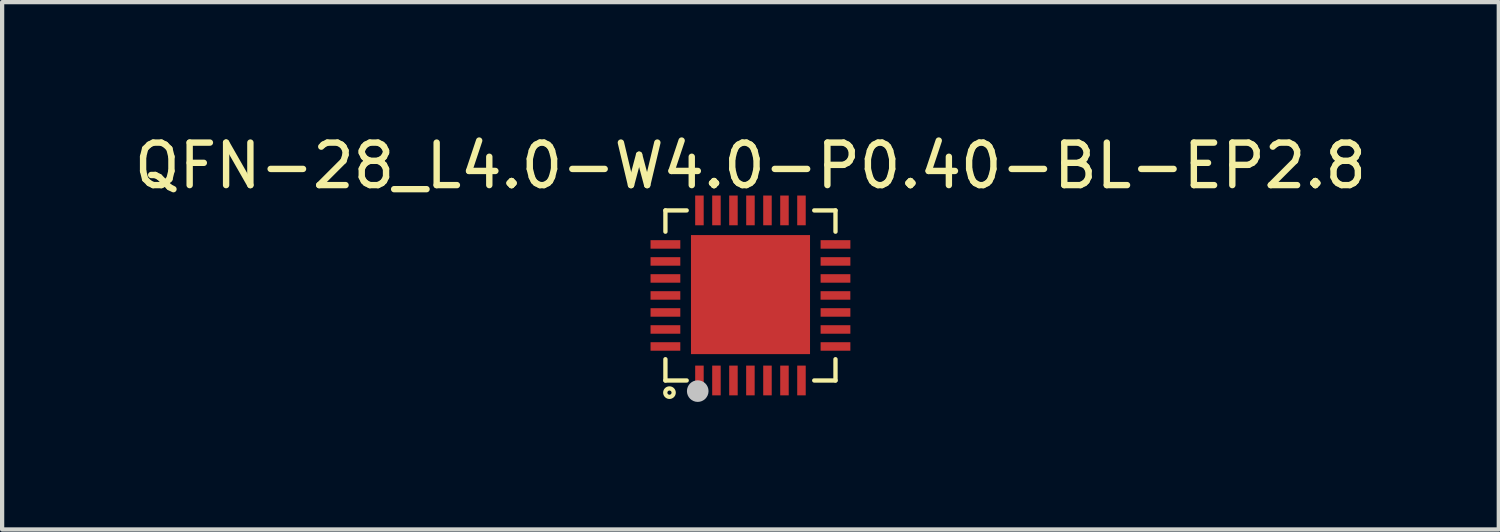
<source format=kicad_pcb>
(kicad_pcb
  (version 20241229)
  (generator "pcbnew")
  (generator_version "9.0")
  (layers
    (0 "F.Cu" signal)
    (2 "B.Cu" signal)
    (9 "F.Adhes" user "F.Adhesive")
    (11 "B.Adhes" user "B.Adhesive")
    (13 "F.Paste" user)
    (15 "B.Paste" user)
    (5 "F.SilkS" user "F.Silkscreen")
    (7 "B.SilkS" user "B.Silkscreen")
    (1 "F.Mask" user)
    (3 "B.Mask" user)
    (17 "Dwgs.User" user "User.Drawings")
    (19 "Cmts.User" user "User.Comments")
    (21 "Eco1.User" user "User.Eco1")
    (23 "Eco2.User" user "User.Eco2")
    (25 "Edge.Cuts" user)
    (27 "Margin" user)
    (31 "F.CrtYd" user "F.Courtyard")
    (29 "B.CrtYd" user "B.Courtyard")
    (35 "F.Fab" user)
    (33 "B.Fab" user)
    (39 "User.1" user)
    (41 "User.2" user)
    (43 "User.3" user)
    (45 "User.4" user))
  (footprint "QFN-28_L4.0-W4.0-P0.40-BL-EP2.8"
    (layer "F.Cu")
    (at 14.601 3.899)
    (property "Reference" "QFN-28_L4.0-W4.0-P0.40-BL-EP2.8" (at 0.00025 -3.05 0) (unlocked yes) (layer "F.SilkS") (effects (font (size 1 1) (thickness 0.15))))
    (fp_line (start -2 -2) (end -1.5 -2) (stroke (width 0.102) (type default)) (layer "F.SilkS"))
    (fp_line (start -2 -1.5) (end -2 -2) (stroke (width 0.102) (type default)) (layer "F.SilkS"))
    (fp_line (start -2 2) (end -2 1.5) (stroke (width 0.102) (type default)) (layer "F.SilkS"))
    (fp_line (start -1.5 2) (end -2 2) (stroke (width 0.102) (type default)) (layer "F.SilkS"))
    (fp_line (start 1.5 -2) (end 2 -2) (stroke (width 0.102) (type default)) (layer "F.SilkS"))
    (fp_line (start 2 -2) (end 2 -1.5) (stroke (width 0.102) (type default)) (layer "F.SilkS"))
    (fp_line (start 2 1.5) (end 2 2) (stroke (width 0.102) (type default)) (layer "F.SilkS"))
    (fp_line (start 2 2) (end 1.5 2) (stroke (width 0.102) (type default)) (layer "F.SilkS"))
    (fp_circle (center -1.905 2.286) (end -1.806 2.286) (stroke (width 0.1) (type default)) (fill no) (layer "F.SilkS"))
    (fp_poly (pts (xy -1.65 -1.1) (xy -1.65 -1.3) (xy -2.35 -1.3) (xy -2.35 -1.1)) (stroke (width 0) (type default)) (fill yes) (layer "F.Paste"))
    (fp_poly (pts (xy -1.65 -0.7) (xy -1.65 -0.9) (xy -2.35 -0.9) (xy -2.35 -0.7)) (stroke (width 0) (type default)) (fill yes) (layer "F.Paste"))
    (fp_poly (pts (xy -1.65 -0.3) (xy -1.65 -0.5) (xy -2.35 -0.5) (xy -2.35 -0.3)) (stroke (width 0) (type default)) (fill yes) (layer "F.Paste"))
    (fp_poly (pts (xy -1.65 0.5) (xy -1.65 0.3) (xy -2.35 0.3) (xy -2.35 0.5)) (stroke (width 0) (type default)) (fill yes) (layer "F.Paste"))
    (fp_poly (pts (xy -1.65 0.9) (xy -1.65 0.7) (xy -2.35 0.7) (xy -2.35 0.9)) (stroke (width 0) (type default)) (fill yes) (layer "F.Paste"))
    (fp_poly (pts (xy -1.65 1.3) (xy -1.65 1.1) (xy -2.35 1.1) (xy -2.35 1.3)) (stroke (width 0) (type default)) (fill yes) (layer "F.Paste"))
    (fp_poly (pts (xy -1.649 0.1) (xy -1.649 -0.1) (xy -2.349 -0.1) (xy -2.349 0.1)) (stroke (width 0) (type default)) (fill yes) (layer "F.Paste"))
    (fp_poly (pts (xy -1.119 -1.14) (xy 1.12 -1.14) (xy 1.12 1.1) (xy -1.119 1.1)) (stroke (width 0) (type default)) (fill yes) (layer "F.Paste"))
    (fp_poly (pts (xy -1.1 -2.35) (xy -1.3 -2.35) (xy -1.3 -1.65) (xy -1.1 -1.65)) (stroke (width 0) (type default)) (fill yes) (layer "F.Paste"))
    (fp_poly (pts (xy -1.1 1.65) (xy -1.3 1.65) (xy -1.3 2.35) (xy -1.1 2.35)) (stroke (width 0) (type default)) (fill yes) (layer "F.Paste"))
    (fp_poly (pts (xy -0.7 -2.35) (xy -0.9 -2.35) (xy -0.9 -1.65) (xy -0.7 -1.65)) (stroke (width 0) (type default)) (fill yes) (layer "F.Paste"))
    (fp_poly (pts (xy -0.7 1.65) (xy -0.9 1.65) (xy -0.9 2.35) (xy -0.7 2.35)) (stroke (width 0) (type default)) (fill yes) (layer "F.Paste"))
    (fp_poly (pts (xy -0.3 1.65) (xy -0.499 1.65) (xy -0.499 2.35) (xy -0.3 2.35)) (stroke (width 0) (type default)) (fill yes) (layer "F.Paste"))
    (fp_poly (pts (xy -0.299 -2.35) (xy -0.499 -2.35) (xy -0.499 -1.65) (xy -0.299 -1.65)) (stroke (width 0) (type default)) (fill yes) (layer "F.Paste"))
    (fp_poly (pts (xy 0.1 -2.35) (xy -0.1 -2.35) (xy -0.1 -1.651) (xy 0.1 -1.651)) (stroke (width 0) (type default)) (fill yes) (layer "F.Paste"))
    (fp_poly (pts (xy 0.1 1.649) (xy -0.1 1.649) (xy -0.1 2.349) (xy 0.1 2.349)) (stroke (width 0) (type default)) (fill yes) (layer "F.Paste"))
    (fp_poly (pts (xy 0.5 -2.35) (xy 0.3 -2.35) (xy 0.3 -1.65) (xy 0.5 -1.65)) (stroke (width 0) (type default)) (fill yes) (layer "F.Paste"))
    (fp_poly (pts (xy 0.5 1.65) (xy 0.3 1.65) (xy 0.3 2.35) (xy 0.5 2.35)) (stroke (width 0) (type default)) (fill yes) (layer "F.Paste"))
    (fp_poly (pts (xy 0.9 -2.35) (xy 0.7 -2.35) (xy 0.7 -1.65) (xy 0.9 -1.65)) (stroke (width 0) (type default)) (fill yes) (layer "F.Paste"))
    (fp_poly (pts (xy 0.9 1.65) (xy 0.7 1.65) (xy 0.7 2.35) (xy 0.9 2.35)) (stroke (width 0) (type default)) (fill yes) (layer "F.Paste"))
    (fp_poly (pts (xy 1.3 -2.35) (xy 1.1 -2.35) (xy 1.1 -1.65) (xy 1.3 -1.65)) (stroke (width 0) (type default)) (fill yes) (layer "F.Paste"))
    (fp_poly (pts (xy 1.3 1.65) (xy 1.1 1.65) (xy 1.1 2.35) (xy 1.3 2.35)) (stroke (width 0) (type default)) (fill yes) (layer "F.Paste"))
    (fp_poly (pts (xy 2.35 -1.1) (xy 2.35 -1.3) (xy 1.65 -1.3) (xy 1.65 -1.1)) (stroke (width 0) (type default)) (fill yes) (layer "F.Paste"))
    (fp_poly (pts (xy 2.35 -0.7) (xy 2.35 -0.9) (xy 1.65 -0.9) (xy 1.65 -0.7)) (stroke (width 0) (type default)) (fill yes) (layer "F.Paste"))
    (fp_poly (pts (xy 2.35 -0.3) (xy 2.35 -0.5) (xy 1.65 -0.5) (xy 1.65 -0.3)) (stroke (width 0) (type default)) (fill yes) (layer "F.Paste"))
    (fp_poly (pts (xy 2.35 0.5) (xy 2.35 0.3) (xy 1.65 0.3) (xy 1.65 0.5)) (stroke (width 0) (type default)) (fill yes) (layer "F.Paste"))
    (fp_poly (pts (xy 2.35 0.9) (xy 2.35 0.7) (xy 1.65 0.7) (xy 1.65 0.9)) (stroke (width 0) (type default)) (fill yes) (layer "F.Paste"))
    (fp_poly (pts (xy 2.35 1.3) (xy 2.35 1.1) (xy 1.65 1.1) (xy 1.65 1.3)) (stroke (width 0) (type default)) (fill yes) (layer "F.Paste"))
    (fp_poly (pts (xy 2.35 0.1) (xy 2.35 -0.1) (xy 1.651 -0.1) (xy 1.651 0.1)) (stroke (width 0) (type default)) (fill yes) (layer "F.Paste"))
    (fp_circle (center -1.24 2.25) (end -1.113 2.25) (stroke (width 0.254) (type default)) (fill no) (layer "Dwgs.User"))
    (fp_poly (pts (xy -1.65 -1.3) (xy -1.65 -1.1) (xy -2 -1.1) (xy -2 -1.3)) (stroke (width 0.1) (type default)) (fill no) (layer "User.1"))
    (fp_poly (pts (xy -1.65 -0.9) (xy -1.65 -0.7) (xy -2 -0.7) (xy -2 -0.9)) (stroke (width 0.1) (type default)) (fill no) (layer "User.1"))
    (fp_poly (pts (xy -1.65 -0.5) (xy -1.65 -0.3) (xy -2 -0.3) (xy -2 -0.5)) (stroke (width 0.1) (type default)) (fill no) (layer "User.1"))
    (fp_poly (pts (xy -1.65 -0.1) (xy -1.65 0.1) (xy -2 0.1) (xy -2 -0.1)) (stroke (width 0.1) (type default)) (fill no) (layer "User.1"))
    (fp_poly (pts (xy -1.65 0.3) (xy -1.65 0.5) (xy -2 0.5) (xy -2 0.3)) (stroke (width 0.1) (type default)) (fill no) (layer "User.1"))
    (fp_poly (pts (xy -1.65 0.7) (xy -1.65 0.9) (xy -2 0.9) (xy -2 0.7)) (stroke (width 0.1) (type default)) (fill no) (layer "User.1"))
    (fp_poly (pts (xy -1.65 1.1) (xy -1.65 1.3) (xy -2 1.3) (xy -2 1.1)) (stroke (width 0.1) (type default)) (fill no) (layer "User.1"))
    (fp_poly (pts (xy -1.399 -1.42) (xy 1.401 -1.42) (xy 1.401 1.38) (xy -1.399 1.38)) (stroke (width 0.1) (type default)) (fill no) (layer "User.1"))
    (fp_poly (pts (xy -1.3 -2) (xy -1.1 -2) (xy -1.1 -1.65) (xy -1.3 -1.65)) (stroke (width 0.1) (type default)) (fill no) (layer "User.1"))
    (fp_poly (pts (xy -1.1 2) (xy -1.3 2) (xy -1.3 1.65) (xy -1.1 1.65)) (stroke (width 0.1) (type default)) (fill no) (layer "User.1"))
    (fp_poly (pts (xy -0.9 -2) (xy -0.7 -2) (xy -0.7 -1.65) (xy -0.9 -1.65)) (stroke (width 0.1) (type default)) (fill no) (layer "User.1"))
    (fp_poly (pts (xy -0.7 2) (xy -0.9 2) (xy -0.9 1.65) (xy -0.7 1.65)) (stroke (width 0.1) (type default)) (fill no) (layer "User.1"))
    (fp_poly (pts (xy -0.5 -2) (xy -0.3 -2) (xy -0.3 -1.65) (xy -0.5 -1.65)) (stroke (width 0.1) (type default)) (fill no) (layer "User.1"))
    (fp_poly (pts (xy -0.3 2) (xy -0.5 2) (xy -0.5 1.65) (xy -0.3 1.65)) (stroke (width 0.1) (type default)) (fill no) (layer "User.1"))
    (fp_poly (pts (xy -0.1 -2) (xy 0.1 -2) (xy 0.1 -1.65) (xy -0.1 -1.65)) (stroke (width 0.1) (type default)) (fill no) (layer "User.1"))
    (fp_poly (pts (xy 0.099 2) (xy -0.101 2) (xy -0.101 1.65) (xy 0.099 1.65)) (stroke (width 0.1) (type default)) (fill no) (layer "User.1"))
    (fp_poly (pts (xy 0.3 -2) (xy 0.5 -2) (xy 0.5 -1.65) (xy 0.3 -1.65)) (stroke (width 0.1) (type default)) (fill no) (layer "User.1"))
    (fp_poly (pts (xy 0.5 2) (xy 0.3 2) (xy 0.3 1.65) (xy 0.5 1.65)) (stroke (width 0.1) (type default)) (fill no) (layer "User.1"))
    (fp_poly (pts (xy 0.7 -2) (xy 0.9 -2) (xy 0.9 -1.65) (xy 0.7 -1.65)) (stroke (width 0.1) (type default)) (fill no) (layer "User.1"))
    (fp_poly (pts (xy 0.9 2) (xy 0.7 2) (xy 0.7 1.65) (xy 0.9 1.65)) (stroke (width 0.1) (type default)) (fill no) (layer "User.1"))
    (fp_poly (pts (xy 1.1 -2) (xy 1.3 -2) (xy 1.3 -1.65) (xy 1.1 -1.65)) (stroke (width 0.1) (type default)) (fill no) (layer "User.1"))
    (fp_poly (pts (xy 1.3 2) (xy 1.1 2) (xy 1.1 1.65) (xy 1.3 1.65)) (stroke (width 0.1) (type default)) (fill no) (layer "User.1"))
    (fp_poly (pts (xy 1.65 -1.1) (xy 1.65 -1.3) (xy 2 -1.3) (xy 2 -1.1)) (stroke (width 0.1) (type default)) (fill no) (layer "User.1"))
    (fp_poly (pts (xy 1.65 -0.7) (xy 1.65 -0.9) (xy 2 -0.9) (xy 2 -0.7)) (stroke (width 0.1) (type default)) (fill no) (layer "User.1"))
    (fp_poly (pts (xy 1.65 -0.3) (xy 1.65 -0.5) (xy 2 -0.5) (xy 2 -0.3)) (stroke (width 0.1) (type default)) (fill no) (layer "User.1"))
    (fp_poly (pts (xy 1.65 0.1) (xy 1.65 -0.1) (xy 2 -0.1) (xy 2 0.1)) (stroke (width 0.1) (type default)) (fill no) (layer "User.1"))
    (fp_poly (pts (xy 1.65 0.5) (xy 1.65 0.3) (xy 2 0.3) (xy 2 0.5)) (stroke (width 0.1) (type default)) (fill no) (layer "User.1"))
    (fp_poly (pts (xy 1.65 0.9) (xy 1.65 0.7) (xy 2 0.7) (xy 2 0.9)) (stroke (width 0.1) (type default)) (fill no) (layer "User.1"))
    (fp_poly (pts (xy 1.65 1.3) (xy 1.65 1.1) (xy 2 1.1) (xy 2 1.3)) (stroke (width 0.1) (type default)) (fill no) (layer "User.1"))
    (fp_line (start -2 -2) (end 2 -2) (stroke (width 0.051) (type default)) (layer "User.2"))
    (fp_line (start -2 2) (end -2 -2) (stroke (width 0.051) (type default)) (layer "User.2"))
    (fp_line (start 2 -2) (end 2 2) (stroke (width 0.051) (type default)) (layer "User.2"))
    (fp_line (start 2 2) (end -2 2) (stroke (width 0.051) (type default)) (layer "User.2"))
    (fp_poly (pts (xy -1.94 2) (xy -1.958 1.958) (xy -2 1.94) (xy -2.042 1.958) (xy -2.06 2) (xy -2.042 2.042) (xy -2 2.06) (xy -1.958 2.042)) (stroke (width 0.1) (type default)) (fill no) (layer "User.3"))
    (pad "1" smd rect (at -1.2 2) (size 0.2 0.7) (layers "F.Cu" "F.Mask" "F.Paste"))
    (pad "2" smd rect (at -0.8 2) (size 0.2 0.7) (layers "F.Cu" "F.Mask" "F.Paste"))
    (pad "3" smd rect (at -0.4 2) (size 0.2 0.7) (layers "F.Cu" "F.Mask" "F.Paste"))
    (pad "4" smd rect (at -0.001 2) (size 0.2 0.7) (layers "F.Cu" "F.Mask" "F.Paste"))
    (pad "5" smd rect (at 0.4 2) (size 0.2 0.7) (layers "F.Cu" "F.Mask" "F.Paste"))
    (pad "6" smd rect (at 0.8 2) (size 0.2 0.7) (layers "F.Cu" "F.Mask" "F.Paste"))
    (pad "7" smd rect (at 1.2 2) (size 0.2 0.7) (layers "F.Cu" "F.Mask" "F.Paste"))
    (pad "8" smd rect (at 2 1.2) (size 0.7 0.2) (layers "F.Cu" "F.Mask" "F.Paste"))
    (pad "9" smd rect (at 2 0.8) (size 0.7 0.2) (layers "F.Cu" "F.Mask" "F.Paste"))
    (pad "10" smd rect (at 2 0.4) (size 0.7 0.2) (layers "F.Cu" "F.Mask" "F.Paste"))
    (pad "11" smd rect (at 1.999 0) (size 0.7 0.2) (layers "F.Cu" "F.Mask" "F.Paste"))
    (pad "12" smd rect (at 2 -0.4) (size 0.7 0.2) (layers "F.Cu" "F.Mask" "F.Paste"))
    (pad "13" smd rect (at 2 -0.8) (size 0.7 0.2) (layers "F.Cu" "F.Mask" "F.Paste"))
    (pad "14" smd rect (at 2 -1.2) (size 0.7 0.2) (layers "F.Cu" "F.Mask" "F.Paste"))
    (pad "15" smd rect (at 1.2 -2) (size 0.2 0.7) (layers "F.Cu" "F.Mask" "F.Paste"))
    (pad "16" smd rect (at 0.8 -2) (size 0.2 0.7) (layers "F.Cu" "F.Mask" "F.Paste"))
    (pad "17" smd rect (at 0.4 -2) (size 0.2 0.7) (layers "F.Cu" "F.Mask" "F.Paste"))
    (pad "18" smd rect (at 0 -2) (size 0.2 0.7) (layers "F.Cu" "F.Mask" "F.Paste"))
    (pad "19" smd rect (at -0.4 -2) (size 0.2 0.7) (layers "F.Cu" "F.Mask" "F.Paste"))
    (pad "20" smd rect (at -0.8 -2) (size 0.2 0.7) (layers "F.Cu" "F.Mask" "F.Paste"))
    (pad "21" smd rect (at -1.2 -2) (size 0.2 0.7) (layers "F.Cu" "F.Mask" "F.Paste"))
    (pad "22" smd rect (at -2 -1.2) (size 0.7 0.2) (layers "F.Cu" "F.Mask" "F.Paste"))
    (pad "23" smd rect (at -2 -0.8) (size 0.7 0.2) (layers "F.Cu" "F.Mask" "F.Paste"))
    (pad "24" smd rect (at -2 -0.4) (size 0.7 0.2) (layers "F.Cu" "F.Mask" "F.Paste"))
    (pad "25" smd rect (at -2 0) (size 0.7 0.2) (layers "F.Cu" "F.Mask" "F.Paste"))
    (pad "26" smd rect (at -2 0.4) (size 0.7 0.2) (layers "F.Cu" "F.Mask" "F.Paste"))
    (pad "27" smd rect (at -2 0.8) (size 0.7 0.2) (layers "F.Cu" "F.Mask" "F.Paste"))
    (pad "28" smd rect (at -2 1.2) (size 0.7 0.2) (layers "F.Cu" "F.Mask" "F.Paste"))
    (pad "29" smd rect (at 0.001 -0.02) (size 2.8 2.8) (layers "F.Cu" "F.Mask" "F.Paste")))
  (gr_rect
    (start -3 -3)
    (end 32.202 9.403)
    (stroke (width 0.1) (type default))
    (fill no)
    (layer "Edge.Cuts")))
</source>
